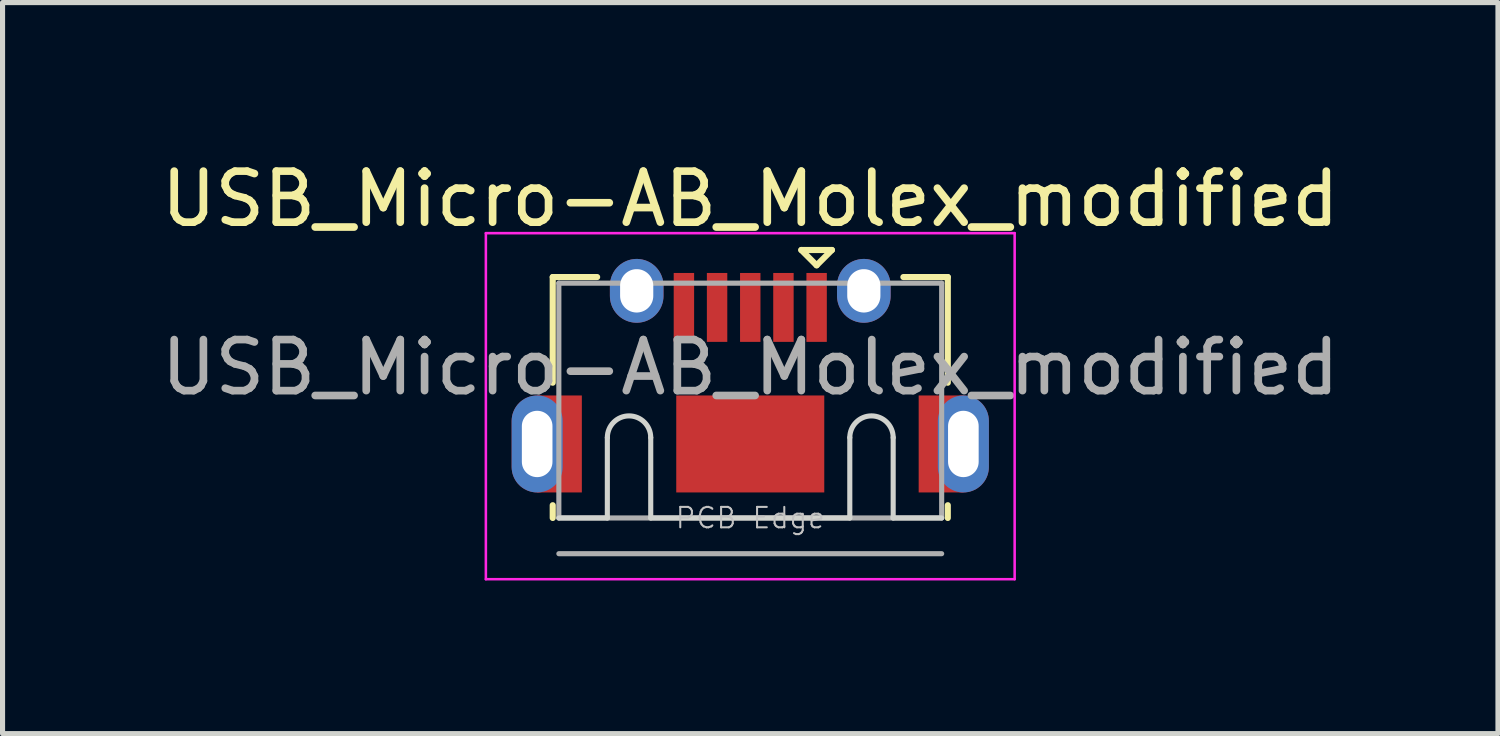
<source format=kicad_pcb>
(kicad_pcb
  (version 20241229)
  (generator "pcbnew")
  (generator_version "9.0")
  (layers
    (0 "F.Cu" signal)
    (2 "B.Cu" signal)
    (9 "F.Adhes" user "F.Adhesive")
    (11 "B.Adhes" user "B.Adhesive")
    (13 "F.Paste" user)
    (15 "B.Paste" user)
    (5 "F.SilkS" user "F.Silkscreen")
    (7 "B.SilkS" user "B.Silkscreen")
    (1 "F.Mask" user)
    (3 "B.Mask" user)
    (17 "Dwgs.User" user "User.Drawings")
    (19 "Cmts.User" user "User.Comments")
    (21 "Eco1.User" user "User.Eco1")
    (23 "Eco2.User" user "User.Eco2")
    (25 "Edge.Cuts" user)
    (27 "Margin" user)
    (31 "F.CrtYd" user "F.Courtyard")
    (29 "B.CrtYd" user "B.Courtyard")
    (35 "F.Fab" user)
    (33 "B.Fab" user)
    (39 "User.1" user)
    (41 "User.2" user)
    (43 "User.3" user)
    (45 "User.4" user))
  (footprint "USB_Micro-AB_Molex_modified"
    (layer "F.Cu")
    (at 11.649 5.648)
    (property "Reference" "USB_Micro-AB_Molex_modified" (at 0 -4.8 180) (layer "F.SilkS") (effects (font (size 1 1) (thickness 0.15))))
    (attr smd)
    (fp_line (start -3.87 -3.27) (end -3.87 -1.2) (stroke (width 0.12) (type solid)) (layer "F.SilkS"))
    (fp_line (start -3.87 -3.27) (end -3 -3.27) (stroke (width 0.12) (type solid)) (layer "F.SilkS"))
    (fp_line (start -3.87 1.2) (end -3.87 1.45) (stroke (width 0.12) (type solid)) (layer "F.SilkS"))
    (fp_line (start 1 -3.8) (end 1.6 -3.8) (stroke (width 0.12) (type solid)) (layer "F.SilkS"))
    (fp_line (start 1.3 -3.5) (end 1 -3.8) (stroke (width 0.12) (type solid)) (layer "F.SilkS"))
    (fp_line (start 1.3 -3.5) (end 1.6 -3.8) (stroke (width 0.12) (type solid)) (layer "F.SilkS"))
    (fp_line (start 3 -3.27) (end 3.87 -3.27) (stroke (width 0.12) (type solid)) (layer "F.SilkS"))
    (fp_line (start 3.87 -3.27) (end 3.87 -1.2) (stroke (width 0.12) (type solid)) (layer "F.SilkS"))
    (fp_line (start 3.87 1.2) (end 3.87 1.45) (stroke (width 0.12) (type solid)) (layer "F.SilkS"))
    (fp_line (start -3.75 1.45) (end -2.8 1.45) (stroke (width 0.1) (type solid)) (layer "Edge.Cuts"))
    (fp_line (start -2.8 -0.125) (end -2.8 1.45) (stroke (width 0.1) (type solid)) (layer "Edge.Cuts"))
    (fp_line (start -1.95 -0.125) (end -1.95 1.45) (stroke (width 0.1) (type solid)) (layer "Edge.Cuts"))
    (fp_line (start -1.95 1.45) (end 1.95 1.45) (stroke (width 0.1) (type solid)) (layer "Edge.Cuts"))
    (fp_line (start 1.95 -0.125) (end 1.95 1.45) (stroke (width 0.1) (type solid)) (layer "Edge.Cuts"))
    (fp_line (start 2.8 -0.125) (end 2.8 1.45) (stroke (width 0.1) (type solid)) (layer "Edge.Cuts"))
    (fp_line (start 2.8 1.45) (end 3.75 1.45) (stroke (width 0.1) (type solid)) (layer "Edge.Cuts"))
    (fp_arc (start -2.8 -0.125) (mid -2.375 -0.55) (end -1.95 -0.125) (stroke (width 0.1) (type solid)) (layer "Edge.Cuts"))
    (fp_arc (start 1.95 -0.125) (mid 2.375 -0.55) (end 2.8 -0.125) (stroke (width 0.1) (type solid)) (layer "Edge.Cuts"))
    (fp_line (start -5.18 -4.13) (end -5.18 2.65) (stroke (width 0.05) (type solid)) (layer "F.CrtYd"))
    (fp_line (start -5.18 -4.13) (end 5.18 -4.13) (stroke (width 0.05) (type solid)) (layer "F.CrtYd"))
    (fp_line (start -5.18 2.65) (end 5.18 2.65) (stroke (width 0.05) (type solid)) (layer "F.CrtYd"))
    (fp_line (start 5.18 -4.13) (end 5.18 2.65) (stroke (width 0.05) (type solid)) (layer "F.CrtYd"))
    (fp_line (start -3.75 -3.15) (end -3.75 1.45) (stroke (width 0.1) (type solid)) (layer "F.Fab"))
    (fp_line (start -3.75 -3.15) (end 3.75 -3.15) (stroke (width 0.1) (type solid)) (layer "F.Fab"))
    (fp_line (start -3.75 1.45) (end 3.75 1.45) (stroke (width 0.1) (type solid)) (layer "F.Fab"))
    (fp_line (start -3.75 2.15) (end 3.75 2.15) (stroke (width 0.1) (type solid)) (layer "F.Fab"))
    (fp_line (start 3.75 -3.15) (end 3.75 1.45) (stroke (width 0.1) (type solid)) (layer "F.Fab"))
    (fp_text user "PCB Edge" (at 0 1.45 0) (layer "Dwgs.User") (effects (font (size 0.4 0.4) (thickness 0.04))))
    (fp_text user "${REFERENCE}" (at 0 -1.5 0) (layer "F.Fab") (effects (font (size 1 1) (thickness 0.15))))
    (pad "" smd rect (at -3.5 0) (size 0.3 0.85) (layers "F.Paste"))
    (pad "" smd rect (at 3.5 0) (size 0.3 0.85) (layers "F.Paste"))
    (pad "1" smd rect (at 1.3 -2.675) (size 0.4 1.35) (layers "F.Cu" "F.Mask" "F.Paste"))
    (pad "2" smd rect (at 0.65 -2.675) (size 0.4 1.35) (layers "F.Cu" "F.Mask" "F.Paste"))
    (pad "3" smd rect (at 0 -2.675) (size 0.4 1.35) (layers "F.Cu" "F.Mask" "F.Paste"))
    (pad "4" smd rect (at -0.65 -2.675) (size 0.4 1.35) (layers "F.Cu" "F.Mask" "F.Paste"))
    (pad "5" smd rect (at -1.3 -2.675) (size 0.4 1.35) (layers "F.Cu" "F.Mask" "F.Paste"))
    (pad "6" thru_hole oval (at -4.175 0) (size 1 1.9) (drill oval 0.6 1.3) (layers "*.Cu" "*.Mask"))
    (pad "6" smd rect (at -3.737 0) (size 0.875 1.9) (layers "F.Cu" "F.Mask"))
    (pad "6" thru_hole oval (at -2.225 -3) (size 1.05 1.25) (drill oval 0.65 0.85) (layers "*.Cu" "*.Mask"))
    (pad "6" smd rect (at 0 0) (size 2.9 1.9) (layers "F.Cu" "F.Mask" "F.Paste"))
    (pad "6" thru_hole oval (at 2.225 -3) (size 1.05 1.25) (drill oval 0.65 0.85) (layers "*.Cu" "*.Mask"))
    (pad "6" smd rect (at 3.737 0) (size 0.875 1.9) (layers "F.Cu" "F.Mask"))
    (pad "6" thru_hole oval (at 4.175 0) (size 1 1.9) (drill oval 0.6 1.3) (layers "*.Cu" "*.Mask")))
  (gr_rect
    (start -3 -3)
    (end 26.298 11.323)
    (stroke (width 0.1) (type default))
    (fill no)
    (layer "Edge.Cuts")))
</source>
